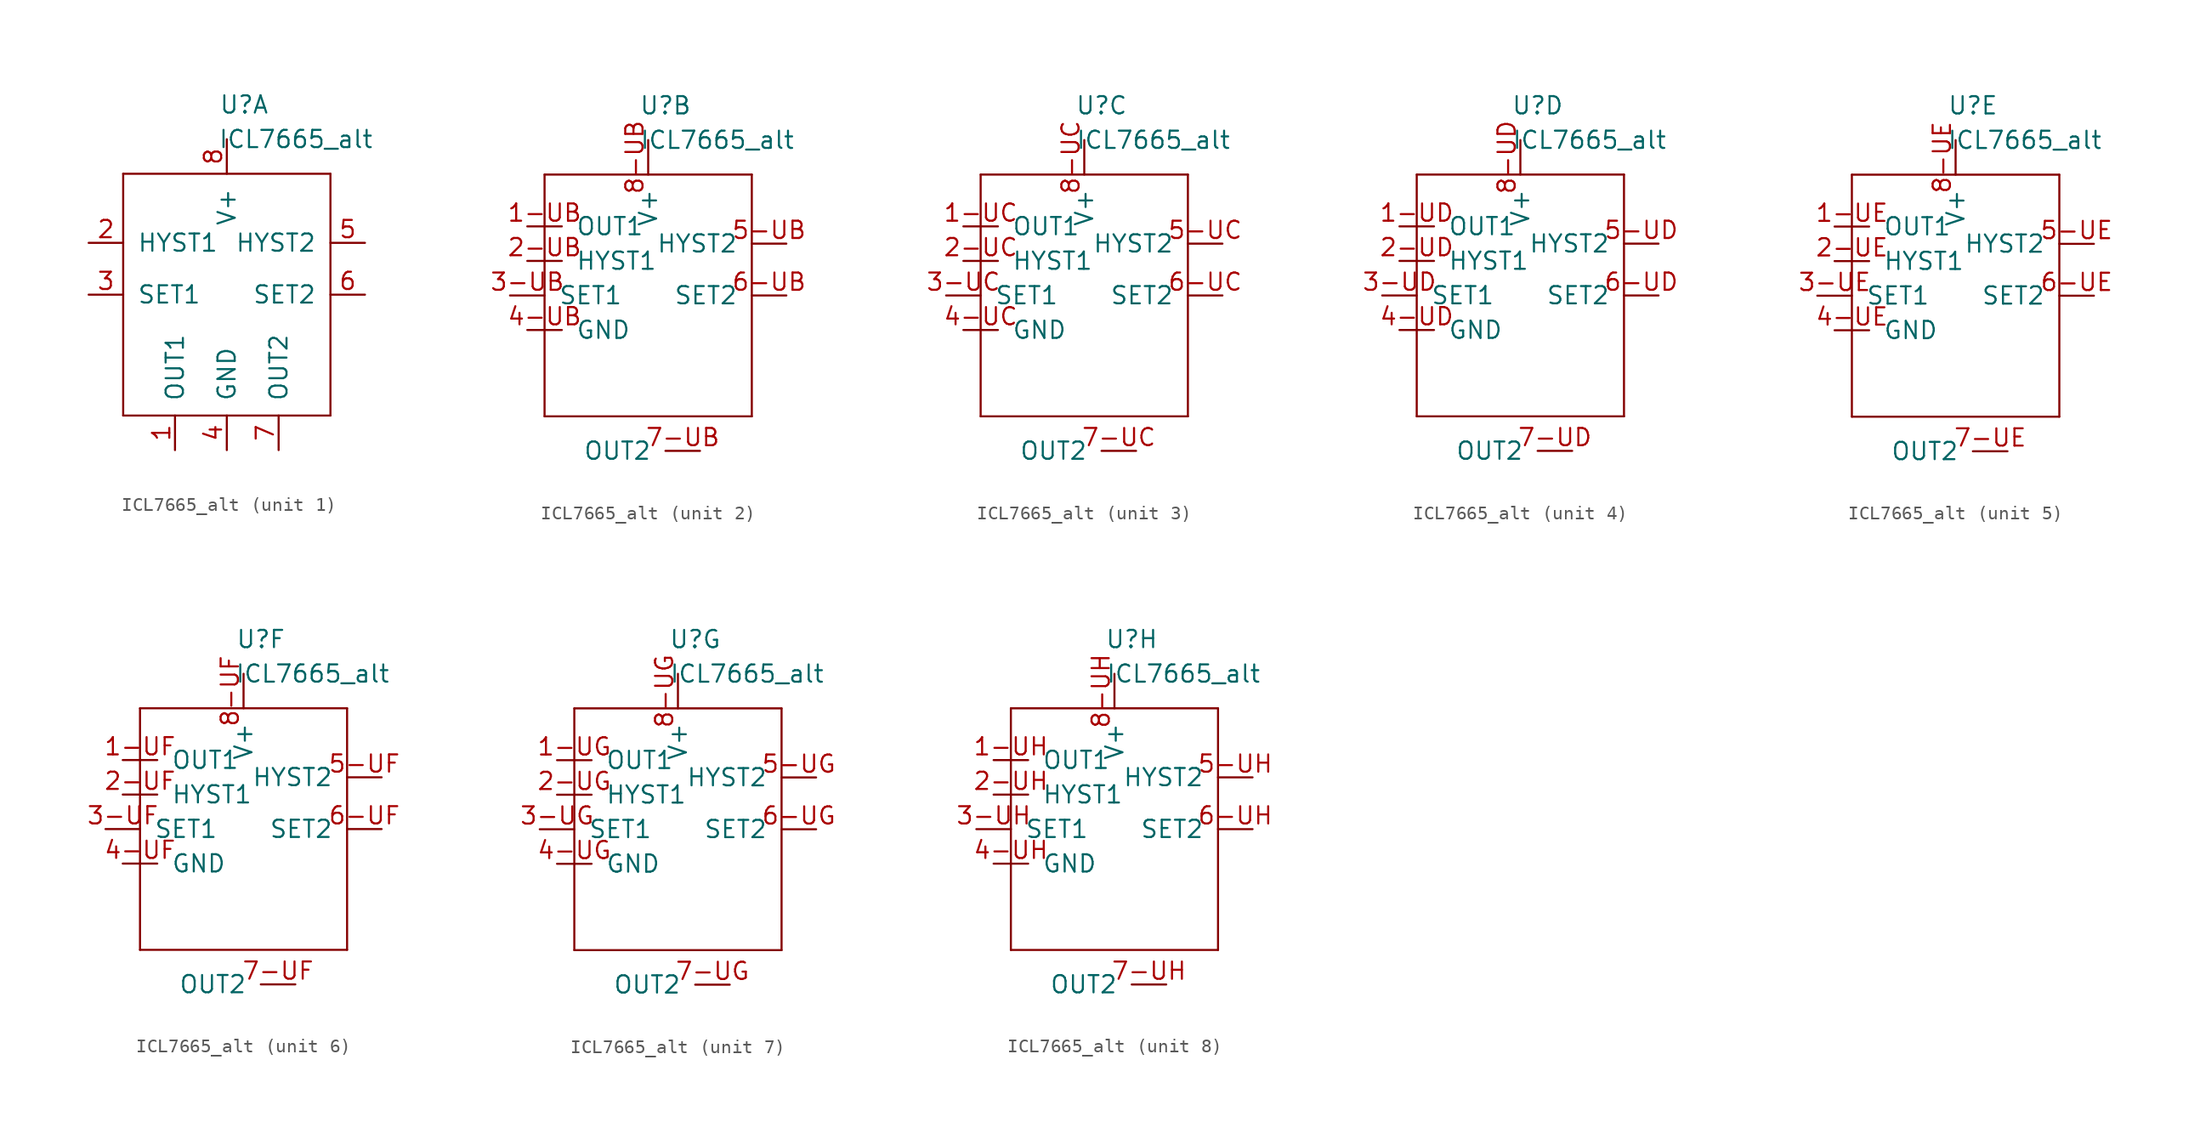
<source format=kicad_sym>
(kicad_symbol_lib
  (version 20231120)
  (generator "kicad_symbol_editor")
  (generator_version "8.0")
  (symbol "ICL7665_alt"
    (pin_names
      (offset 1.016))
    (property "Reference" "U"
      (at 1.27 6.35 0)
      (effects (font (size 1.27 1.27))))
    (property "Value" "ICL7665_alt"
      (at 5.08 3.81 0)
      (effects (font (size 1.27 1.27))))
    (symbol "ICL7665_alt_0_1"
      (rectangle (start -7.62 -16.51) (end -7.62 1.27) (stroke (width 0) (type default)) (fill (type none)))
      (rectangle (start -7.62 1.27) (end 7.62 1.27) (stroke (width 0) (type default)) (fill (type none)))
      (rectangle (start 7.62 -16.51) (end -7.62 -16.51) (stroke (width 0) (type default)) (fill (type none)))
      (rectangle (start 7.62 1.27) (end 7.62 -16.51) (stroke (width 0) (type default)) (fill (type none))))
    (symbol "ICL7665_alt_1_1"
      (pin output line (at -3.81 -19.05 90) (length 2.54) (name "OUT1" (effects (font (size 1.27 1.27)))) (number "1" (effects (font (size 1.27 1.27)))))
      (pin output line (at -10.16 -3.81 0) (length 2.54) (name "HYST1" (effects (font (size 1.27 1.27)))) (number "2" (effects (font (size 1.27 1.27)))))
      (pin output line (at -10.16 -7.62 0) (length 2.54) (name "SET1" (effects (font (size 1.27 1.27)))) (number "3" (effects (font (size 1.27 1.27)))))
      (pin power_in line (at 0 -19.05 90) (length 2.54) (name "GND" (effects (font (size 1.27 1.27)))) (number "4" (effects (font (size 1.27 1.27)))))
      (pin power_in line (at 10.16 -3.81 180) (length 2.54) (name "HYST2" (effects (font (size 1.27 1.27)))) (number "5" (effects (font (size 1.27 1.27)))))
      (pin power_in line (at 10.16 -7.62 180) (length 2.54) (name "SET2" (effects (font (size 1.27 1.27)))) (number "6" (effects (font (size 1.27 1.27)))))
      (pin power_in line (at 3.81 -19.05 90) (length 2.54) (name "OUT2" (effects (font (size 1.27 1.27)))) (number "7" (effects (font (size 1.27 1.27)))))
      (pin power_in line (at 0 3.81 270) (length 2.54) (name "V+" (effects (font (size 1.27 1.27)))) (number "8" (effects (font (size 1.27 1.27))))))
    (symbol "ICL7665_alt_2_1"
      (pin output line (at -8.89 -2.54 0) (length 2.54) (name "OUT1" (effects (font (size 1.27 1.27)))) (number "1-UB" (effects (font (size 1.27 1.27)))))
      (pin output line (at -8.89 -5.08 0) (length 2.54) (name "HYST1" (effects (font (size 1.27 1.27)))) (number "2-UB" (effects (font (size 1.27 1.27)))))
      (pin output line (at -10.16 -7.62 0) (length 2.54) (name "SET1" (effects (font (size 1.27 1.27)))) (number "3-UB" (effects (font (size 1.27 1.27)))))
      (pin power_in line (at -8.89 -10.16 0) (length 2.54) (name "GND" (effects (font (size 1.27 1.27)))) (number "4-UB" (effects (font (size 1.27 1.27)))))
      (pin power_in line (at 10.16 -3.81 180) (length 2.54) (name "HYST2" (effects (font (size 1.27 1.27)))) (number "5-UB" (effects (font (size 1.27 1.27)))))
      (pin power_in line (at 10.16 -7.62 180) (length 2.54) (name "SET2" (effects (font (size 1.27 1.27)))) (number "6-UB" (effects (font (size 1.27 1.27)))))
      (pin power_in line (at 3.81 -19.05 180) (length 2.54) (name "OUT2" (effects (font (size 1.27 1.27)))) (number "7-UB" (effects (font (size 1.27 1.27)))))
      (pin power_in line (at 0 3.81 270) (length 2.54) (name "V+" (effects (font (size 1.27 1.27)))) (number "8-UB" (effects (font (size 1.27 1.27))))))
    (symbol "ICL7665_alt_3_1"
      (pin output line (at -8.89 -2.54 0) (length 2.54) (name "OUT1" (effects (font (size 1.27 1.27)))) (number "1-UC" (effects (font (size 1.27 1.27)))))
      (pin output line (at -8.89 -5.08 0) (length 2.54) (name "HYST1" (effects (font (size 1.27 1.27)))) (number "2-UC" (effects (font (size 1.27 1.27)))))
      (pin output line (at -10.16 -7.62 0) (length 2.54) (name "SET1" (effects (font (size 1.27 1.27)))) (number "3-UC" (effects (font (size 1.27 1.27)))))
      (pin power_in line (at -8.89 -10.16 0) (length 2.54) (name "GND" (effects (font (size 1.27 1.27)))) (number "4-UC" (effects (font (size 1.27 1.27)))))
      (pin power_in line (at 10.16 -3.81 180) (length 2.54) (name "HYST2" (effects (font (size 1.27 1.27)))) (number "5-UC" (effects (font (size 1.27 1.27)))))
      (pin power_in line (at 10.16 -7.62 180) (length 2.54) (name "SET2" (effects (font (size 1.27 1.27)))) (number "6-UC" (effects (font (size 1.27 1.27)))))
      (pin power_in line (at 3.81 -19.05 180) (length 2.54) (name "OUT2" (effects (font (size 1.27 1.27)))) (number "7-UC" (effects (font (size 1.27 1.27)))))
      (pin power_in line (at 0 3.81 270) (length 2.54) (name "V+" (effects (font (size 1.27 1.27)))) (number "8-UC" (effects (font (size 1.27 1.27))))))
    (symbol "ICL7665_alt_4_1"
      (pin output line (at -8.89 -2.54 0) (length 2.54) (name "OUT1" (effects (font (size 1.27 1.27)))) (number "1-UD" (effects (font (size 1.27 1.27)))))
      (pin output line (at -8.89 -5.08 0) (length 2.54) (name "HYST1" (effects (font (size 1.27 1.27)))) (number "2-UD" (effects (font (size 1.27 1.27)))))
      (pin output line (at -10.16 -7.62 0) (length 2.54) (name "SET1" (effects (font (size 1.27 1.27)))) (number "3-UD" (effects (font (size 1.27 1.27)))))
      (pin power_in line (at -8.89 -10.16 0) (length 2.54) (name "GND" (effects (font (size 1.27 1.27)))) (number "4-UD" (effects (font (size 1.27 1.27)))))
      (pin power_in line (at 10.16 -3.81 180) (length 2.54) (name "HYST2" (effects (font (size 1.27 1.27)))) (number "5-UD" (effects (font (size 1.27 1.27)))))
      (pin power_in line (at 10.16 -7.62 180) (length 2.54) (name "SET2" (effects (font (size 1.27 1.27)))) (number "6-UD" (effects (font (size 1.27 1.27)))))
      (pin power_in line (at 3.81 -19.05 180) (length 2.54) (name "OUT2" (effects (font (size 1.27 1.27)))) (number "7-UD" (effects (font (size 1.27 1.27)))))
      (pin power_in line (at 0 3.81 270) (length 2.54) (name "V+" (effects (font (size 1.27 1.27)))) (number "8-UD" (effects (font (size 1.27 1.27))))))
    (symbol "ICL7665_alt_5_1"
      (pin output line (at -8.89 -2.54 0) (length 2.54) (name "OUT1" (effects (font (size 1.27 1.27)))) (number "1-UE" (effects (font (size 1.27 1.27)))))
      (pin output line (at -8.89 -5.08 0) (length 2.54) (name "HYST1" (effects (font (size 1.27 1.27)))) (number "2-UE" (effects (font (size 1.27 1.27)))))
      (pin output line (at -10.16 -7.62 0) (length 2.54) (name "SET1" (effects (font (size 1.27 1.27)))) (number "3-UE" (effects (font (size 1.27 1.27)))))
      (pin power_in line (at -8.89 -10.16 0) (length 2.54) (name "GND" (effects (font (size 1.27 1.27)))) (number "4-UE" (effects (font (size 1.27 1.27)))))
      (pin power_in line (at 10.16 -3.81 180) (length 2.54) (name "HYST2" (effects (font (size 1.27 1.27)))) (number "5-UE" (effects (font (size 1.27 1.27)))))
      (pin power_in line (at 10.16 -7.62 180) (length 2.54) (name "SET2" (effects (font (size 1.27 1.27)))) (number "6-UE" (effects (font (size 1.27 1.27)))))
      (pin power_in line (at 3.81 -19.05 180) (length 2.54) (name "OUT2" (effects (font (size 1.27 1.27)))) (number "7-UE" (effects (font (size 1.27 1.27)))))
      (pin power_in line (at 0 3.81 270) (length 2.54) (name "V+" (effects (font (size 1.27 1.27)))) (number "8-UE" (effects (font (size 1.27 1.27))))))
    (symbol "ICL7665_alt_6_1"
      (pin output line (at -8.89 -2.54 0) (length 2.54) (name "OUT1" (effects (font (size 1.27 1.27)))) (number "1-UF" (effects (font (size 1.27 1.27)))))
      (pin output line (at -8.89 -5.08 0) (length 2.54) (name "HYST1" (effects (font (size 1.27 1.27)))) (number "2-UF" (effects (font (size 1.27 1.27)))))
      (pin output line (at -10.16 -7.62 0) (length 2.54) (name "SET1" (effects (font (size 1.27 1.27)))) (number "3-UF" (effects (font (size 1.27 1.27)))))
      (pin power_in line (at -8.89 -10.16 0) (length 2.54) (name "GND" (effects (font (size 1.27 1.27)))) (number "4-UF" (effects (font (size 1.27 1.27)))))
      (pin power_in line (at 10.16 -3.81 180) (length 2.54) (name "HYST2" (effects (font (size 1.27 1.27)))) (number "5-UF" (effects (font (size 1.27 1.27)))))
      (pin power_in line (at 10.16 -7.62 180) (length 2.54) (name "SET2" (effects (font (size 1.27 1.27)))) (number "6-UF" (effects (font (size 1.27 1.27)))))
      (pin power_in line (at 3.81 -19.05 180) (length 2.54) (name "OUT2" (effects (font (size 1.27 1.27)))) (number "7-UF" (effects (font (size 1.27 1.27)))))
      (pin power_in line (at 0 3.81 270) (length 2.54) (name "V+" (effects (font (size 1.27 1.27)))) (number "8-UF" (effects (font (size 1.27 1.27))))))
    (symbol "ICL7665_alt_7_1"
      (pin output line (at -8.89 -2.54 0) (length 2.54) (name "OUT1" (effects (font (size 1.27 1.27)))) (number "1-UG" (effects (font (size 1.27 1.27)))))
      (pin output line (at -8.89 -5.08 0) (length 2.54) (name "HYST1" (effects (font (size 1.27 1.27)))) (number "2-UG" (effects (font (size 1.27 1.27)))))
      (pin output line (at -10.16 -7.62 0) (length 2.54) (name "SET1" (effects (font (size 1.27 1.27)))) (number "3-UG" (effects (font (size 1.27 1.27)))))
      (pin power_in line (at -8.89 -10.16 0) (length 2.54) (name "GND" (effects (font (size 1.27 1.27)))) (number "4-UG" (effects (font (size 1.27 1.27)))))
      (pin power_in line (at 10.16 -3.81 180) (length 2.54) (name "HYST2" (effects (font (size 1.27 1.27)))) (number "5-UG" (effects (font (size 1.27 1.27)))))
      (pin power_in line (at 10.16 -7.62 180) (length 2.54) (name "SET2" (effects (font (size 1.27 1.27)))) (number "6-UG" (effects (font (size 1.27 1.27)))))
      (pin power_in line (at 3.81 -19.05 180) (length 2.54) (name "OUT2" (effects (font (size 1.27 1.27)))) (number "7-UG" (effects (font (size 1.27 1.27)))))
      (pin power_in line (at 0 3.81 270) (length 2.54) (name "V+" (effects (font (size 1.27 1.27)))) (number "8-UG" (effects (font (size 1.27 1.27))))))
    (symbol "ICL7665_alt_8_1"
      (pin output line (at -8.89 -2.54 0) (length 2.54) (name "OUT1" (effects (font (size 1.27 1.27)))) (number "1-UH" (effects (font (size 1.27 1.27)))))
      (pin output line (at -8.89 -5.08 0) (length 2.54) (name "HYST1" (effects (font (size 1.27 1.27)))) (number "2-UH" (effects (font (size 1.27 1.27)))))
      (pin output line (at -10.16 -7.62 0) (length 2.54) (name "SET1" (effects (font (size 1.27 1.27)))) (number "3-UH" (effects (font (size 1.27 1.27)))))
      (pin power_in line (at -8.89 -10.16 0) (length 2.54) (name "GND" (effects (font (size 1.27 1.27)))) (number "4-UH" (effects (font (size 1.27 1.27)))))
      (pin power_in line (at 10.16 -3.81 180) (length 2.54) (name "HYST2" (effects (font (size 1.27 1.27)))) (number "5-UH" (effects (font (size 1.27 1.27)))))
      (pin power_in line (at 10.16 -7.62 180) (length 2.54) (name "SET2" (effects (font (size 1.27 1.27)))) (number "6-UH" (effects (font (size 1.27 1.27)))))
      (pin power_in line (at 3.81 -19.05 180) (length 2.54) (name "OUT2" (effects (font (size 1.27 1.27)))) (number "7-UH" (effects (font (size 1.27 1.27)))))
      (pin power_in line (at 0 3.81 270) (length 2.54) (name "V+" (effects (font (size 1.27 1.27)))) (number "8-UH" (effects (font (size 1.27 1.27))))))))
</source>
